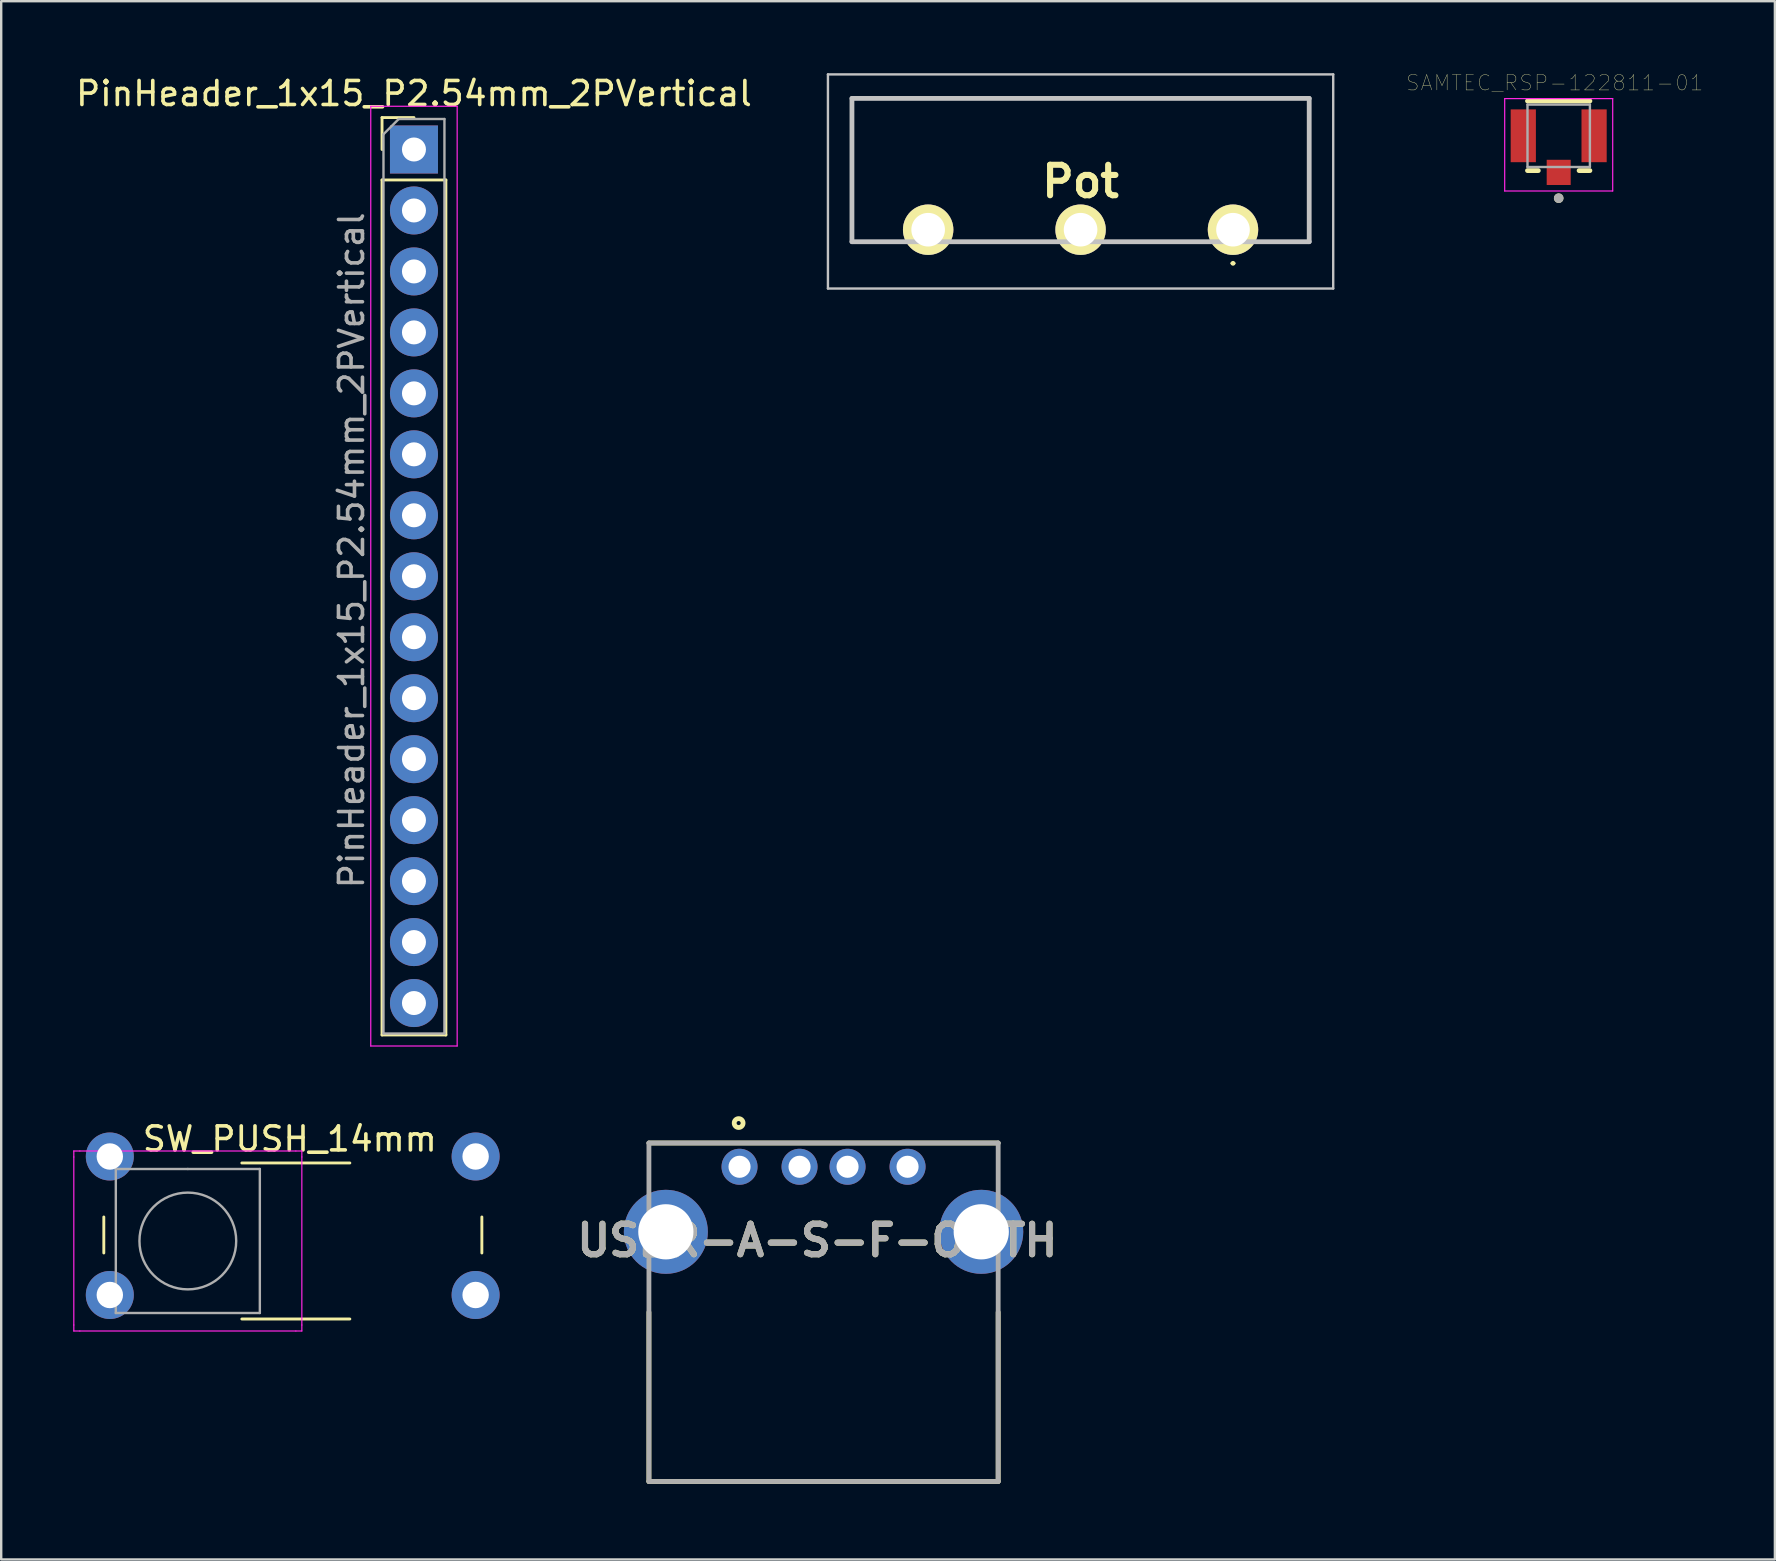
<source format=kicad_pcb>
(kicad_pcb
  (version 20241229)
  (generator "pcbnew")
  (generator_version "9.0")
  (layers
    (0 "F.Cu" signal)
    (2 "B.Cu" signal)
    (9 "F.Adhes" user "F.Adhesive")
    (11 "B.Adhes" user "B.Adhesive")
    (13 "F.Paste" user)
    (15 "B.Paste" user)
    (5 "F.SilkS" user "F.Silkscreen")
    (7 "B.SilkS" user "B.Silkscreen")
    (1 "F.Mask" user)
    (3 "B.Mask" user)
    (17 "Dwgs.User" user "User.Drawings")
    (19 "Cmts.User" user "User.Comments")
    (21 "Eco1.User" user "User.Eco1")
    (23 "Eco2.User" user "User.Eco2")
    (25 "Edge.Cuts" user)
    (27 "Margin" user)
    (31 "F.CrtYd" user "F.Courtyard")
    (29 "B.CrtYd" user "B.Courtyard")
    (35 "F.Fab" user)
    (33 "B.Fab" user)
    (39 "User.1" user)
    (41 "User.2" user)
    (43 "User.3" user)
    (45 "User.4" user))
  (footprint "PinHeader_1x15_P2.54mm_2PVertical"
    (layer "F.Cu")
    (at 14.196 3.178)
    (property "Reference" "PinHeader_1x15_P2.54mm_2PVertical" (at 0 -2.33 0) (layer "F.SilkS") (effects (font (size 1 1) (thickness 0.15))))
    (attr through_hole)
    (fp_line (start -1.33 -1.33) (end 0 -1.33) (stroke (width 0.12) (type solid)) (layer "F.SilkS"))
    (fp_line (start -1.33 0) (end -1.33 -1.33) (stroke (width 0.12) (type solid)) (layer "F.SilkS"))
    (fp_line (start -1.33 1.27) (end -1.33 36.89) (stroke (width 0.12) (type solid)) (layer "F.SilkS"))
    (fp_line (start -1.33 1.27) (end 1.33 1.27) (stroke (width 0.12) (type solid)) (layer "F.SilkS"))
    (fp_line (start -1.33 36.89) (end 1.33 36.89) (stroke (width 0.12) (type solid)) (layer "F.SilkS"))
    (fp_line (start 1.33 1.27) (end 1.33 36.89) (stroke (width 0.12) (type solid)) (layer "F.SilkS"))
    (fp_line (start -1.8 -1.8) (end -1.8 37.35) (stroke (width 0.05) (type solid)) (layer "F.CrtYd"))
    (fp_line (start -1.8 37.35) (end 1.8 37.35) (stroke (width 0.05) (type solid)) (layer "F.CrtYd"))
    (fp_line (start 1.8 -1.8) (end -1.8 -1.8) (stroke (width 0.05) (type solid)) (layer "F.CrtYd"))
    (fp_line (start 1.8 37.35) (end 1.8 -1.8) (stroke (width 0.05) (type solid)) (layer "F.CrtYd"))
    (fp_line (start -1.27 -0.635) (end -0.635 -1.27) (stroke (width 0.1) (type solid)) (layer "F.Fab"))
    (fp_line (start -1.27 36.83) (end -1.27 -0.635) (stroke (width 0.1) (type solid)) (layer "F.Fab"))
    (fp_line (start -0.635 -1.27) (end 1.27 -1.27) (stroke (width 0.1) (type solid)) (layer "F.Fab"))
    (fp_line (start 1.27 -1.27) (end 1.27 36.83) (stroke (width 0.1) (type solid)) (layer "F.Fab"))
    (fp_line (start 1.27 36.83) (end -1.27 36.83) (stroke (width 0.1) (type solid)) (layer "F.Fab"))
    (fp_text user "${REFERENCE}" (at -2.6 16.7 90) (layer "F.Fab") (effects (font (size 1 1) (thickness 0.15))))
    (pad "1" thru_hole rect (at 0 0) (size 2 2) (drill 1) (layers "*.Cu" "*.Mask"))
    (pad "2" thru_hole oval (at 0 2.54) (size 2 2) (drill 1) (layers "*.Cu" "*.Mask"))
    (pad "3" thru_hole circle (at 0 5.08) (size 2 2) (drill 1) (layers "*.Cu" "*.Mask"))
    (pad "4" thru_hole circle (at 0 7.62) (size 2 2) (drill 1) (layers "*.Cu" "*.Mask"))
    (pad "5" thru_hole circle (at 0 10.16) (size 2 2) (drill 1) (layers "*.Cu" "*.Mask"))
    (pad "6" thru_hole circle (at 0 12.7) (size 2 2) (drill 1) (layers "*.Cu" "*.Mask"))
    (pad "7" thru_hole circle (at 0 15.24) (size 2 2) (drill 1) (layers "*.Cu" "*.Mask"))
    (pad "8" thru_hole circle (at 0 17.78) (size 2 2) (drill 1) (layers "*.Cu" "*.Mask"))
    (pad "9" thru_hole circle (at 0 20.32) (size 2 2) (drill 1) (layers "*.Cu" "*.Mask"))
    (pad "10" thru_hole circle (at 0 22.86) (size 2 2) (drill 1) (layers "*.Cu" "*.Mask"))
    (pad "11" thru_hole circle (at 0 25.4) (size 2 2) (drill 1) (layers "*.Cu" "*.Mask"))
    (pad "12" thru_hole circle (at 0 27.94) (size 2 2) (drill 1) (layers "*.Cu" "*.Mask"))
    (pad "13" thru_hole circle (at 0 30.48) (size 2 2) (drill 1) (layers "*.Cu" "*.Mask"))
    (pad "14" thru_hole circle (at 0 33.02) (size 2 2) (drill 1) (layers "*.Cu" "*.Mask"))
    (pad "15" thru_hole circle (at 0 35.56) (size 2 2) (drill 1) (layers "*.Cu" "*.Mask")))
  (footprint "SW_PUSH_14mm"
    (layer "F.Cu")
    (at 1.525 46.401)
    (property "Reference" "SW_PUSH_14mm" (at 7.5 -2 0) (layer "F.SilkS") (effects (font (size 1 1) (thickness 0.15))))
    (attr through_hole)
    (fp_line (start -0.25 1.25) (end -0.25 2.75) (stroke (width 0.12) (type solid)) (layer "F.SilkS"))
    (fp_line (start 5.5 5.5) (end 10 5.5) (stroke (width 0.12) (type solid)) (layer "F.SilkS"))
    (fp_line (start 10 -1) (end 5.5 -1) (stroke (width 0.12) (type solid)) (layer "F.SilkS"))
    (fp_line (start 15.5 2.75) (end 15.5 1.25) (stroke (width 0.12) (type solid)) (layer "F.SilkS"))
    (fp_line (start -1.5 -1.5) (end -1.25 -1.5) (stroke (width 0.05) (type solid)) (layer "F.CrtYd"))
    (fp_line (start -1.5 -1.25) (end -1.5 -1.5) (stroke (width 0.05) (type solid)) (layer "F.CrtYd"))
    (fp_line (start -1.5 5.75) (end -1.5 -1.25) (stroke (width 0.05) (type solid)) (layer "F.CrtYd"))
    (fp_line (start -1.5 5.75) (end -1.5 6) (stroke (width 0.05) (type solid)) (layer "F.CrtYd"))
    (fp_line (start -1.5 6) (end -1.25 6) (stroke (width 0.05) (type solid)) (layer "F.CrtYd"))
    (fp_line (start -1.25 -1.5) (end 7.75 -1.5) (stroke (width 0.05) (type solid)) (layer "F.CrtYd"))
    (fp_line (start 7.75 -1.5) (end 8 -1.5) (stroke (width 0.05) (type solid)) (layer "F.CrtYd"))
    (fp_line (start 7.75 6) (end -1.25 6) (stroke (width 0.05) (type solid)) (layer "F.CrtYd"))
    (fp_line (start 7.75 6) (end 8 6) (stroke (width 0.05) (type solid)) (layer "F.CrtYd"))
    (fp_line (start 8 -1.5) (end 8 -1.25) (stroke (width 0.05) (type solid)) (layer "F.CrtYd"))
    (fp_line (start 8 -1.25) (end 8 5.75) (stroke (width 0.05) (type solid)) (layer "F.CrtYd"))
    (fp_line (start 8 6) (end 8 5.75) (stroke (width 0.05) (type solid)) (layer "F.CrtYd"))
    (fp_line (start 0.25 -0.75) (end 3.25 -0.75) (stroke (width 0.1) (type solid)) (layer "F.Fab"))
    (fp_line (start 0.25 5.25) (end 0.25 -0.75) (stroke (width 0.1) (type solid)) (layer "F.Fab"))
    (fp_line (start 3.25 -0.75) (end 6.25 -0.75) (stroke (width 0.1) (type solid)) (layer "F.Fab"))
    (fp_line (start 6.25 -0.75) (end 6.25 5.25) (stroke (width 0.1) (type solid)) (layer "F.Fab"))
    (fp_line (start 6.25 5.25) (end 0.25 5.25) (stroke (width 0.1) (type solid)) (layer "F.Fab"))
    (fp_circle (center 3.25 2.25) (end 1.25 2.5) (stroke (width 0.1) (type solid)) (fill no) (layer "F.Fab"))
    (pad "1" thru_hole circle (at 0 -1.27 90) (size 2 2) (drill 1.1) (layers "*.Cu" "*.Mask"))
    (pad "1" thru_hole circle (at 15.24 -1.27 90) (size 2 2) (drill 1.1) (layers "*.Cu" "*.Mask"))
    (pad "2" thru_hole circle (at 0 4.5 90) (size 2 2) (drill 1.1) (layers "*.Cu" "*.Mask"))
    (pad "2" thru_hole circle (at 15.24 4.5 90) (size 2 2) (drill 1.1) (layers "*.Cu" "*.Mask")))
  (footprint "SAMTEC_RSP-122811-01"
    (layer "F.Cu")
    (at 61.887 2.607)
    (property "Reference" "SAMTEC_RSP-122811-01" (at -0.168 -2.206 0) (layer "F.SilkS") (effects (font (size 0.64 0.64) (thickness 0.015))))
    (attr through_hole)
    (fp_line (start -0.85 1.45) (end -1.3 1.45) (stroke (width 0.2) (type solid)) (layer "F.SilkS"))
    (fp_line (start 0.85 1.45) (end 1.3 1.45) (stroke (width 0.2) (type solid)) (layer "F.SilkS"))
    (fp_line (start 1.3 -1.45) (end -1.3 -1.45) (stroke (width 0.2) (type solid)) (layer "F.SilkS"))
    (fp_circle (center 0 2.6) (end 0.1 2.6) (stroke (width 0.2) (type solid)) (fill no) (layer "F.SilkS"))
    (fp_line (start -2.25 -1.55) (end -2.25 2.3) (stroke (width 0.05) (type solid)) (layer "F.CrtYd"))
    (fp_line (start -2.25 2.3) (end 2.25 2.3) (stroke (width 0.05) (type solid)) (layer "F.CrtYd"))
    (fp_line (start 2.25 -1.55) (end -2.25 -1.55) (stroke (width 0.05) (type solid)) (layer "F.CrtYd"))
    (fp_line (start 2.25 2.3) (end 2.25 -1.55) (stroke (width 0.05) (type solid)) (layer "F.CrtYd"))
    (fp_line (start -1.3 -1.3) (end -1.3 1.3) (stroke (width 0.1) (type solid)) (layer "F.Fab"))
    (fp_line (start -1.3 1.3) (end 1.3 1.3) (stroke (width 0.1) (type solid)) (layer "F.Fab"))
    (fp_line (start 1.3 -1.3) (end -1.3 -1.3) (stroke (width 0.1) (type solid)) (layer "F.Fab"))
    (fp_line (start 1.3 1.3) (end 1.3 -1.3) (stroke (width 0.1) (type solid)) (layer "F.Fab"))
    (fp_circle (center 0 2.6) (end 0.1 2.6) (stroke (width 0.2) (type solid)) (fill no) (layer "F.Fab"))
    (pad "1" smd rect (at 0 1.525) (size 1 1.05) (layers "F.Cu" "F.Mask" "F.Paste"))
    (pad "G1" smd rect (at -1.475 0) (size 1.05 2.2) (layers "F.Cu" "F.Mask" "F.Paste"))
    (pad "G2" smd rect (at 1.475 0) (size 1.05 2.2) (layers "F.Cu" "F.Mask" "F.Paste")))
  (footprint "Pot"
    (layer "F.Cu")
    (at 41.968 4.51)
    (property "Reference" "Pot" (at 0 0 0) (layer "F.SilkS") (effects (font (size 1.27 1.27) (thickness 0.254))))
    (attr through_hole)
    (fp_line (start -9.525 -3.46) (end 9.525 -3.46) (stroke (width 0.1) (type solid)) (layer "F.SilkS"))
    (fp_line (start -9.525 2.51) (end -9.525 -3.46) (stroke (width 0.1) (type solid)) (layer "F.SilkS"))
    (fp_line (start -7.62 2.51) (end -9.525 2.51) (stroke (width 0.1) (type solid)) (layer "F.SilkS"))
    (fp_line (start -5.08 2.51) (end -1.27 2.51) (stroke (width 0.1) (type solid)) (layer "F.SilkS"))
    (fp_line (start 5.08 2.51) (end 1.27 2.51) (stroke (width 0.1) (type solid)) (layer "F.SilkS"))
    (fp_line (start 6.3 3.41) (end 6.3 3.41) (stroke (width 0.1) (type solid)) (layer "F.SilkS"))
    (fp_line (start 6.4 3.41) (end 6.4 3.41) (stroke (width 0.1) (type solid)) (layer "F.SilkS"))
    (fp_line (start 9.525 -3.46) (end 9.525 2.51) (stroke (width 0.1) (type solid)) (layer "F.SilkS"))
    (fp_line (start 9.525 2.51) (end 7.62 2.51) (stroke (width 0.1) (type solid)) (layer "F.SilkS"))
    (fp_arc (start 6.3 3.41) (mid 6.35 3.36) (end 6.4 3.41) (stroke (width 0.1) (type solid)) (layer "F.SilkS"))
    (fp_arc (start 6.4 3.41) (mid 6.35 3.46) (end 6.3 3.41) (stroke (width 0.1) (type solid)) (layer "F.SilkS"))
    (fp_line (start -10.525 -4.46) (end 10.525 -4.46) (stroke (width 0.1) (type solid)) (layer "Dwgs.User"))
    (fp_line (start -10.525 4.46) (end -10.525 -4.46) (stroke (width 0.1) (type solid)) (layer "Dwgs.User"))
    (fp_line (start -9.525 -3.46) (end 9.525 -3.46) (stroke (width 0.2) (type solid)) (layer "Dwgs.User"))
    (fp_line (start -9.525 2.51) (end -9.525 -3.46) (stroke (width 0.2) (type solid)) (layer "Dwgs.User"))
    (fp_line (start 9.525 -3.46) (end 9.525 2.51) (stroke (width 0.2) (type solid)) (layer "Dwgs.User"))
    (fp_line (start 9.525 2.51) (end -9.525 2.51) (stroke (width 0.2) (type solid)) (layer "Dwgs.User"))
    (fp_line (start 10.525 -4.46) (end 10.525 4.46) (stroke (width 0.1) (type solid)) (layer "Dwgs.User"))
    (fp_line (start 10.525 4.46) (end -10.525 4.46) (stroke (width 0.1) (type solid)) (layer "Dwgs.User"))
    (pad "1" thru_hole circle (at 6.35 2.01 90) (size 2.1 2.1) (drill 1.4) (layers "*.Cu" "*.Mask" "F.SilkS"))
    (pad "2" thru_hole circle (at 0 2.01 90) (size 2.1 2.1) (drill 1.4) (layers "*.Cu" "*.Mask" "F.SilkS"))
    (pad "3" thru_hole circle (at -6.35 2.01 90) (size 2.1 2.1) (drill 1.4) (layers "*.Cu" "*.Mask" "F.SilkS")))
  (footprint "USBR-A-S-F-O-TH"
    (layer "F.Cu")
    (at 31.26 58.669)
    (property "Reference" "USBR-A-S-F-O-TH" (at -0.262 -10.041 0) (layer "F.SilkS") (effects (font (size 1.27 1.27) (thickness 0.254))))
    (attr through_hole)
    (fp_line (start -7.275 -7.05) (end -7.275 0) (stroke (width 0.2) (type solid)) (layer "F.SilkS"))
    (fp_line (start -7.275 0) (end 7.275 0) (stroke (width 0.2) (type solid)) (layer "F.SilkS"))
    (fp_line (start 7.275 -14.1) (end -7.275 -14.1) (stroke (width 0.2) (type solid)) (layer "F.SilkS"))
    (fp_line (start 7.275 0) (end 7.275 -7.05) (stroke (width 0.2) (type solid)) (layer "F.SilkS"))
    (fp_circle (center -3.537 -14.931) (end -3.537 -14.846) (stroke (width 0.2) (type solid)) (fill no) (layer "F.SilkS"))
    (fp_line (start -7.275 -14.1) (end 7.275 -14.1) (stroke (width 0.2) (type solid)) (layer "F.Fab"))
    (fp_line (start -7.275 0) (end -7.275 -14.1) (stroke (width 0.2) (type solid)) (layer "F.Fab"))
    (fp_line (start 7.275 -14.1) (end 7.275 0) (stroke (width 0.2) (type solid)) (layer "F.Fab"))
    (fp_line (start 7.275 0) (end -7.275 0) (stroke (width 0.2) (type solid)) (layer "F.Fab"))
    (fp_text user "${REFERENCE}" (at -0.262 -10.041 0) (layer "F.Fab") (effects (font (size 1.27 1.27) (thickness 0.254))))
    (pad "1" thru_hole circle (at -3.5 -13.11) (size 1.5 1.5) (drill 0.92) (layers "*.Cu" "*.Mask"))
    (pad "2" thru_hole circle (at -1 -13.11) (size 1.5 1.5) (drill 0.92) (layers "*.Cu" "*.Mask"))
    (pad "3" thru_hole circle (at 1 -13.11) (size 1.5 1.5) (drill 0.92) (layers "*.Cu" "*.Mask"))
    (pad "4" thru_hole circle (at 3.5 -13.11) (size 1.5 1.5) (drill 0.92) (layers "*.Cu" "*.Mask"))
    (pad "5" thru_hole circle (at -6.57 -10.4) (size 3.5 3.5) (drill 2.3) (layers "*.Cu" "*.Mask"))
    (pad "6" thru_hole circle (at 6.57 -10.4) (size 3.5 3.5) (drill 2.3) (layers "*.Cu" "*.Mask")))
  (gr_rect
    (start -3 -3)
    (end 70.894 61.919)
    (stroke (width 0.1) (type default))
    (fill no)
    (layer "Edge.Cuts")))
</source>
